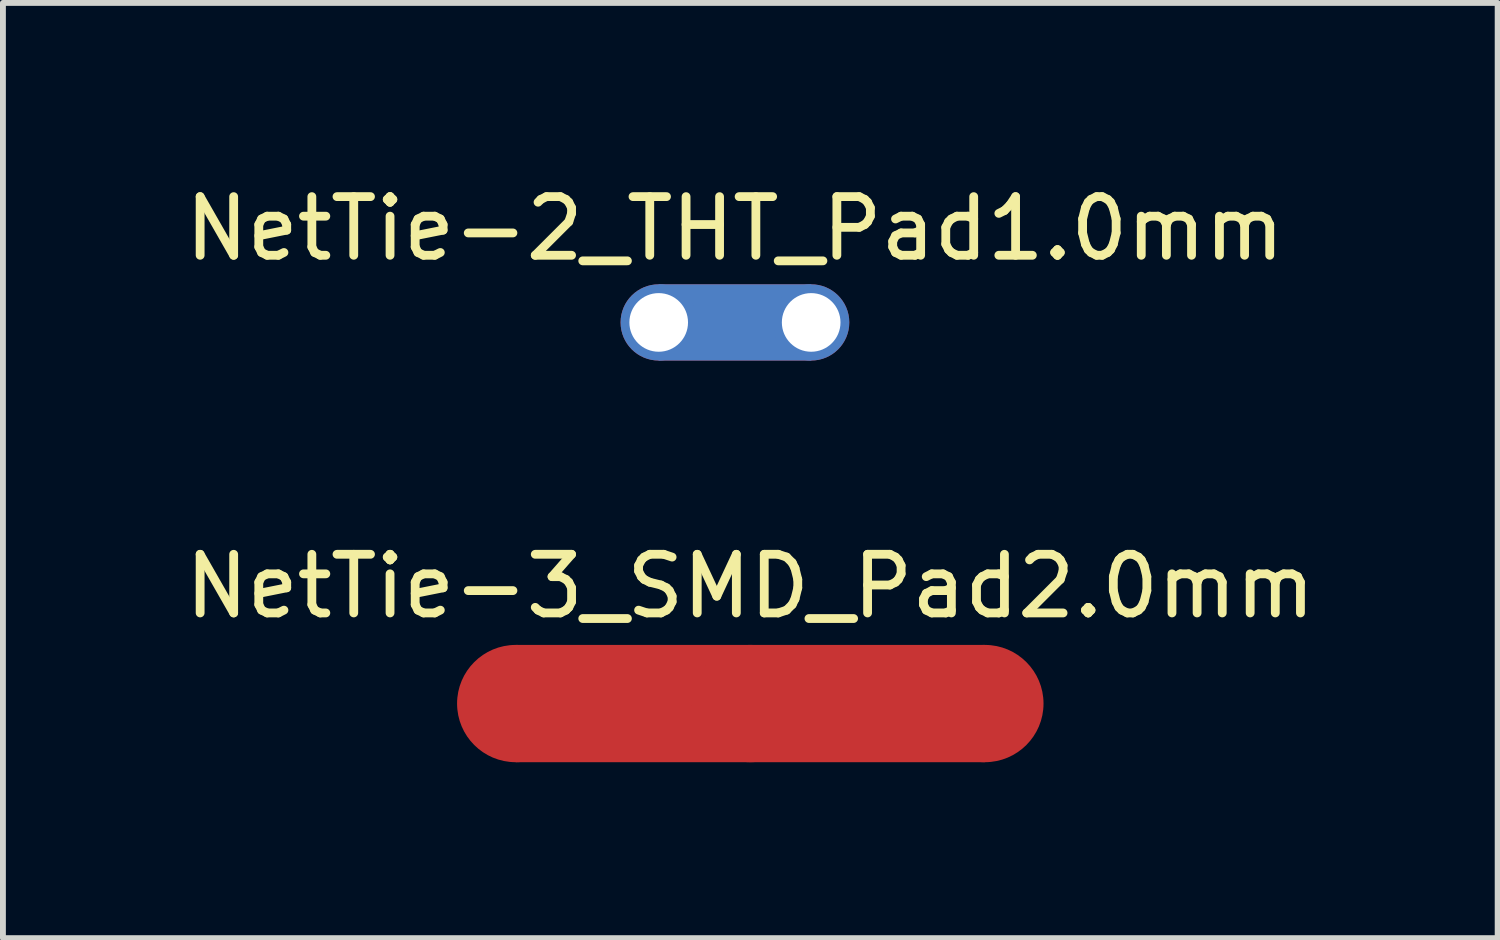
<source format=kicad_pcb>
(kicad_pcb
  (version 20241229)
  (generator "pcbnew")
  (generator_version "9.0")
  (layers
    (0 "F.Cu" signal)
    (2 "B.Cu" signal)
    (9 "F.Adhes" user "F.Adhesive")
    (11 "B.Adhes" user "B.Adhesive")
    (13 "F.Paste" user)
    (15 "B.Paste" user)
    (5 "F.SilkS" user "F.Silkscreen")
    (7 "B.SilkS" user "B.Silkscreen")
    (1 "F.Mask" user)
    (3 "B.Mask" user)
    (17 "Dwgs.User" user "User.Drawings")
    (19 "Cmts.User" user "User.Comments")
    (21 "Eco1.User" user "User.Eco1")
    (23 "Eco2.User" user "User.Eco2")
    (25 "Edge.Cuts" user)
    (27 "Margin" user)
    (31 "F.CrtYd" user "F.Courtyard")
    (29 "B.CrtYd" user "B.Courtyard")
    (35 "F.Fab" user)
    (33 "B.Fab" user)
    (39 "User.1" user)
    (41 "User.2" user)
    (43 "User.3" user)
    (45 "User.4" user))
  (footprint "NetTie-3_SMD_Pad2.0mm"
    (layer "F.Cu")
    (at 9.744 8.947)
    (property "Reference" "NetTie-3_SMD_Pad2.0mm" (at 0 -2 0) (layer "F.SilkS") (effects (font (size 1 1) (thickness 0.15))))
    (attr exclude_from_pos_files exclude_from_bom allow_missing_courtyard)
    (fp_poly (pts (xy -4 -1) (xy 4 -1) (xy 4 1) (xy -4 1)) (stroke (width 0) (type solid)) (fill yes) (layer "F.Cu"))
    (pad "1" smd circle (at -4 0) (size 2 2) (layers "F.Cu"))
    (pad "2" smd circle (at 0 0) (size 2 2) (layers "F.Cu"))
    (pad "3" smd circle (at 4 0) (size 2 2) (layers "F.Cu")))
  (footprint "NetTie-2_THT_Pad1.0mm"
    (layer "F.Cu")
    (at 8.182 2.448)
    (property "Reference" "NetTie-2_THT_Pad1.0mm" (at 1.3 -1.6 0) (layer "F.SilkS") (effects (font (size 1 1) (thickness 0.15))))
    (attr exclude_from_pos_files exclude_from_bom allow_missing_courtyard)
    (fp_poly (pts (xy 0 -0.65) (xy 2.6 -0.65) (xy 2.6 0.65) (xy 0 0.65)) (stroke (width 0) (type solid)) (fill yes) (layer "F.Cu"))
    (fp_poly (pts (xy 0 -0.65) (xy 2.6 -0.65) (xy 2.6 0.65) (xy 0 0.65)) (stroke (width 0) (type solid)) (fill yes) (layer "B.Cu"))
    (pad "1" thru_hole circle (at 0 0) (size 1.3 1.3) (drill 1) (layers "*.Cu"))
    (pad "2" thru_hole circle (at 2.6 0) (size 1.3 1.3) (drill 1) (layers "*.Cu")))
  (gr_rect
    (start -3 -3)
    (end 22.488 12.947)
    (stroke (width 0.1) (type default))
    (fill no)
    (layer "Edge.Cuts")))
</source>
